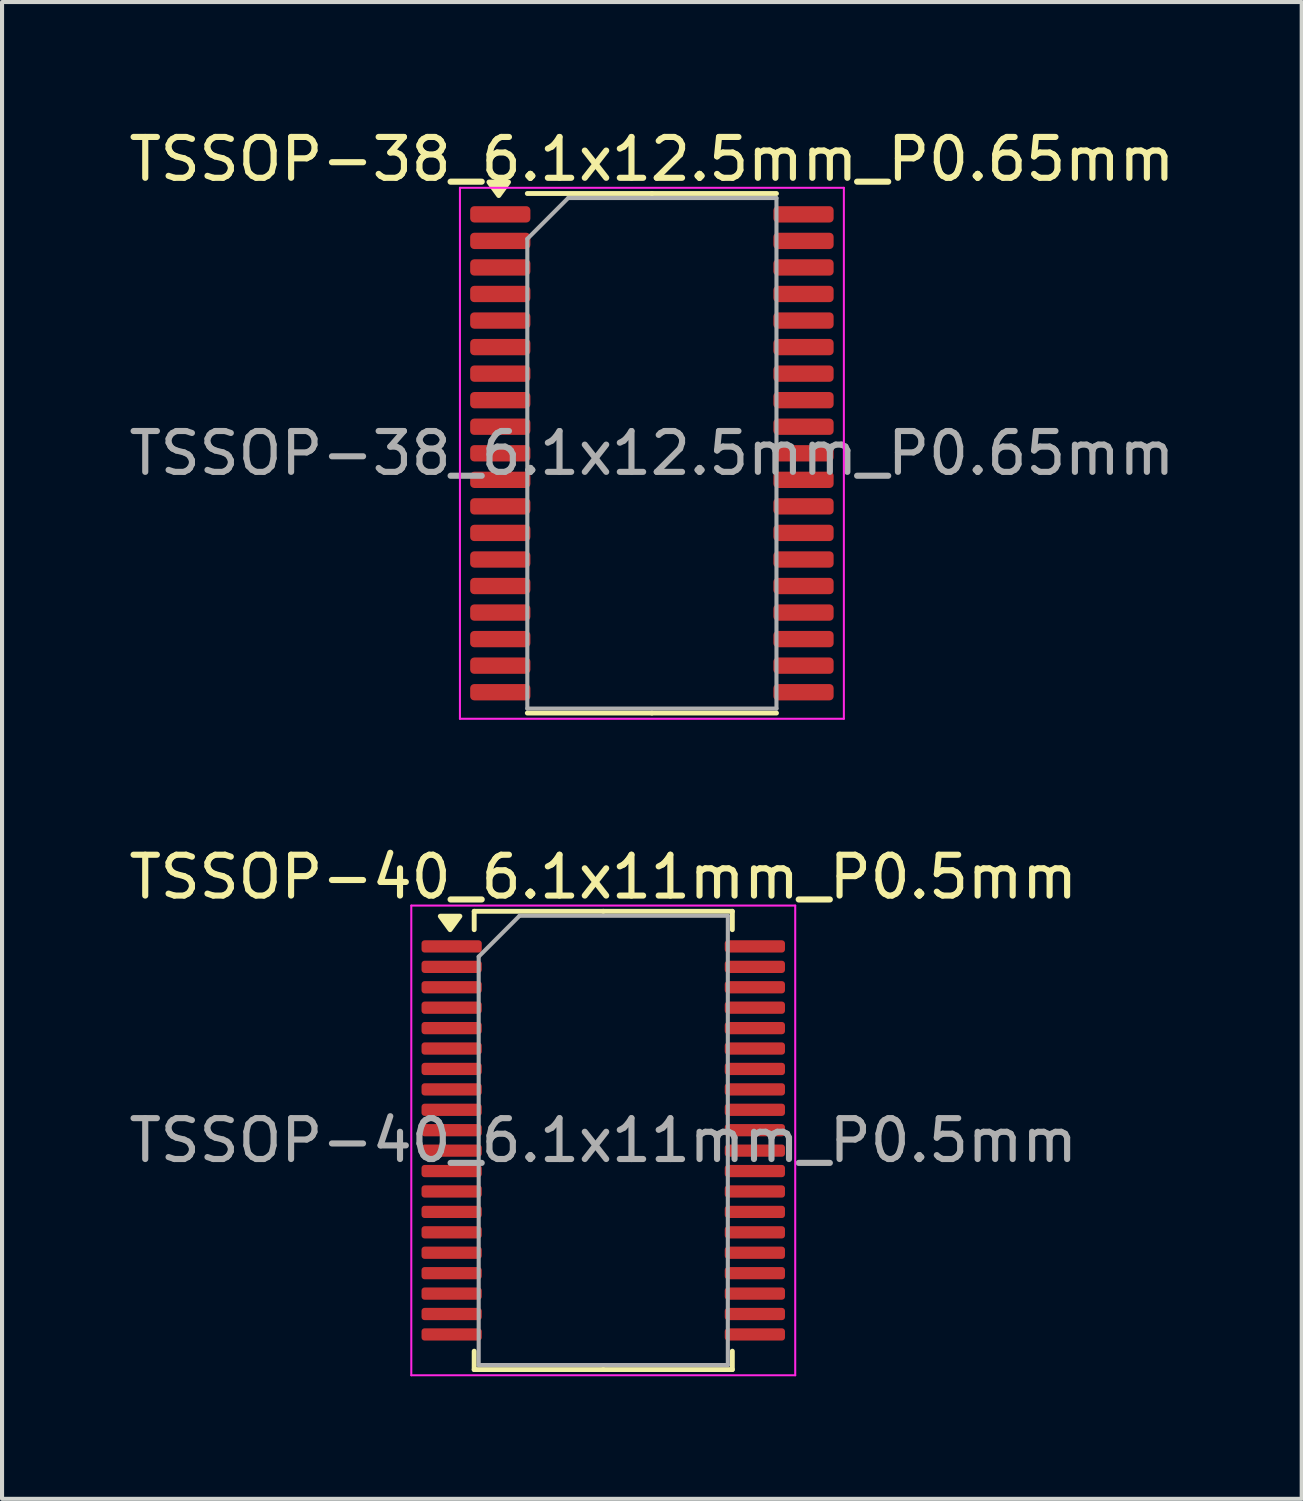
<source format=kicad_pcb>
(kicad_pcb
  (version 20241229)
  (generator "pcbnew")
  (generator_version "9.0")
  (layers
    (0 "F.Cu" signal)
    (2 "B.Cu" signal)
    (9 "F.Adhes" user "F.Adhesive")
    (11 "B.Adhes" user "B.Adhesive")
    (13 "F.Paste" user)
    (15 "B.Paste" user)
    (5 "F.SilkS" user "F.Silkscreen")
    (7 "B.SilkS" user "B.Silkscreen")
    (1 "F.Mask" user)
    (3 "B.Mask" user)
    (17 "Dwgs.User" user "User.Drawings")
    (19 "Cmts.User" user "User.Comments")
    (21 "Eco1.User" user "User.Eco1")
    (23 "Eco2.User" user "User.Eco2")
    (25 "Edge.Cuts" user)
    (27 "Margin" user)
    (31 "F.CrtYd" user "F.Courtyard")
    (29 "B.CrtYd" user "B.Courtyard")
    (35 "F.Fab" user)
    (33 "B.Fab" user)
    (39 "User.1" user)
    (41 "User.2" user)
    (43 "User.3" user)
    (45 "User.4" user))
  (footprint "TSSOP-38_6.1x12.5mm_P0.65mm"
    (layer "F.Cu")
    (at 12.911 8.048)
    (property "Reference" "TSSOP-38_6.1x12.5mm_P0.65mm" (at 0 -7.2 0) (layer "F.SilkS") (effects (font (size 1 1) (thickness 0.15))))
    (attr smd)
    (fp_line (start 0 -6.36) (end -3.05 -6.36) (stroke (width 0.12) (type solid)) (layer "F.SilkS"))
    (fp_line (start 0 -6.36) (end 3.05 -6.36) (stroke (width 0.12) (type solid)) (layer "F.SilkS"))
    (fp_line (start 0 6.36) (end -3.05 6.36) (stroke (width 0.12) (type solid)) (layer "F.SilkS"))
    (fp_line (start 0 6.36) (end 3.05 6.36) (stroke (width 0.12) (type solid)) (layer "F.SilkS"))
    (fp_poly (pts (xy -3.75 -6.31) (xy -3.99 -6.64) (xy -3.51 -6.64) (xy -3.75 -6.31)) (stroke (width 0.12) (type solid)) (fill yes) (layer "F.SilkS"))
    (fp_line (start -4.7 -6.5) (end -4.7 6.5) (stroke (width 0.05) (type solid)) (layer "F.CrtYd"))
    (fp_line (start -4.7 6.5) (end 4.7 6.5) (stroke (width 0.05) (type solid)) (layer "F.CrtYd"))
    (fp_line (start 4.7 -6.5) (end -4.7 -6.5) (stroke (width 0.05) (type solid)) (layer "F.CrtYd"))
    (fp_line (start 4.7 6.5) (end 4.7 -6.5) (stroke (width 0.05) (type solid)) (layer "F.CrtYd"))
    (fp_line (start -3.05 -5.25) (end -2.05 -6.25) (stroke (width 0.1) (type solid)) (layer "F.Fab"))
    (fp_line (start -3.05 6.25) (end -3.05 -5.25) (stroke (width 0.1) (type solid)) (layer "F.Fab"))
    (fp_line (start -2.05 -6.25) (end 3.05 -6.25) (stroke (width 0.1) (type solid)) (layer "F.Fab"))
    (fp_line (start 3.05 -6.25) (end 3.05 6.25) (stroke (width 0.1) (type solid)) (layer "F.Fab"))
    (fp_line (start 3.05 6.25) (end -3.05 6.25) (stroke (width 0.1) (type solid)) (layer "F.Fab"))
    (fp_text user "${REFERENCE}" (at 0 0 0) (layer "F.Fab") (effects (font (size 1 1) (thickness 0.15))))
    (pad "1" smd roundrect (at -3.712 -5.85) (size 1.475 0.4) (layers "F.Cu" "F.Mask" "F.Paste") (roundrect_rratio 0.25))
    (pad "2" smd roundrect (at -3.712 -5.2) (size 1.475 0.4) (layers "F.Cu" "F.Mask" "F.Paste") (roundrect_rratio 0.25))
    (pad "3" smd roundrect (at -3.712 -4.55) (size 1.475 0.4) (layers "F.Cu" "F.Mask" "F.Paste") (roundrect_rratio 0.25))
    (pad "4" smd roundrect (at -3.712 -3.9) (size 1.475 0.4) (layers "F.Cu" "F.Mask" "F.Paste") (roundrect_rratio 0.25))
    (pad "5" smd roundrect (at -3.712 -3.25) (size 1.475 0.4) (layers "F.Cu" "F.Mask" "F.Paste") (roundrect_rratio 0.25))
    (pad "6" smd roundrect (at -3.712 -2.6) (size 1.475 0.4) (layers "F.Cu" "F.Mask" "F.Paste") (roundrect_rratio 0.25))
    (pad "7" smd roundrect (at -3.712 -1.95) (size 1.475 0.4) (layers "F.Cu" "F.Mask" "F.Paste") (roundrect_rratio 0.25))
    (pad "8" smd roundrect (at -3.712 -1.3) (size 1.475 0.4) (layers "F.Cu" "F.Mask" "F.Paste") (roundrect_rratio 0.25))
    (pad "9" smd roundrect (at -3.712 -0.65) (size 1.475 0.4) (layers "F.Cu" "F.Mask" "F.Paste") (roundrect_rratio 0.25))
    (pad "10" smd roundrect (at -3.712 0) (size 1.475 0.4) (layers "F.Cu" "F.Mask" "F.Paste") (roundrect_rratio 0.25))
    (pad "11" smd roundrect (at -3.712 0.65) (size 1.475 0.4) (layers "F.Cu" "F.Mask" "F.Paste") (roundrect_rratio 0.25))
    (pad "12" smd roundrect (at -3.712 1.3) (size 1.475 0.4) (layers "F.Cu" "F.Mask" "F.Paste") (roundrect_rratio 0.25))
    (pad "13" smd roundrect (at -3.712 1.95) (size 1.475 0.4) (layers "F.Cu" "F.Mask" "F.Paste") (roundrect_rratio 0.25))
    (pad "14" smd roundrect (at -3.712 2.6) (size 1.475 0.4) (layers "F.Cu" "F.Mask" "F.Paste") (roundrect_rratio 0.25))
    (pad "15" smd roundrect (at -3.712 3.25) (size 1.475 0.4) (layers "F.Cu" "F.Mask" "F.Paste") (roundrect_rratio 0.25))
    (pad "16" smd roundrect (at -3.712 3.9) (size 1.475 0.4) (layers "F.Cu" "F.Mask" "F.Paste") (roundrect_rratio 0.25))
    (pad "17" smd roundrect (at -3.712 4.55) (size 1.475 0.4) (layers "F.Cu" "F.Mask" "F.Paste") (roundrect_rratio 0.25))
    (pad "18" smd roundrect (at -3.712 5.2) (size 1.475 0.4) (layers "F.Cu" "F.Mask" "F.Paste") (roundrect_rratio 0.25))
    (pad "19" smd roundrect (at -3.712 5.85) (size 1.475 0.4) (layers "F.Cu" "F.Mask" "F.Paste") (roundrect_rratio 0.25))
    (pad "20" smd roundrect (at 3.712 5.85) (size 1.475 0.4) (layers "F.Cu" "F.Mask" "F.Paste") (roundrect_rratio 0.25))
    (pad "21" smd roundrect (at 3.712 5.2) (size 1.475 0.4) (layers "F.Cu" "F.Mask" "F.Paste") (roundrect_rratio 0.25))
    (pad "22" smd roundrect (at 3.712 4.55) (size 1.475 0.4) (layers "F.Cu" "F.Mask" "F.Paste") (roundrect_rratio 0.25))
    (pad "23" smd roundrect (at 3.712 3.9) (size 1.475 0.4) (layers "F.Cu" "F.Mask" "F.Paste") (roundrect_rratio 0.25))
    (pad "24" smd roundrect (at 3.712 3.25) (size 1.475 0.4) (layers "F.Cu" "F.Mask" "F.Paste") (roundrect_rratio 0.25))
    (pad "25" smd roundrect (at 3.712 2.6) (size 1.475 0.4) (layers "F.Cu" "F.Mask" "F.Paste") (roundrect_rratio 0.25))
    (pad "26" smd roundrect (at 3.712 1.95) (size 1.475 0.4) (layers "F.Cu" "F.Mask" "F.Paste") (roundrect_rratio 0.25))
    (pad "27" smd roundrect (at 3.712 1.3) (size 1.475 0.4) (layers "F.Cu" "F.Mask" "F.Paste") (roundrect_rratio 0.25))
    (pad "28" smd roundrect (at 3.712 0.65) (size 1.475 0.4) (layers "F.Cu" "F.Mask" "F.Paste") (roundrect_rratio 0.25))
    (pad "29" smd roundrect (at 3.712 0) (size 1.475 0.4) (layers "F.Cu" "F.Mask" "F.Paste") (roundrect_rratio 0.25))
    (pad "30" smd roundrect (at 3.712 -0.65) (size 1.475 0.4) (layers "F.Cu" "F.Mask" "F.Paste") (roundrect_rratio 0.25))
    (pad "31" smd roundrect (at 3.712 -1.3) (size 1.475 0.4) (layers "F.Cu" "F.Mask" "F.Paste") (roundrect_rratio 0.25))
    (pad "32" smd roundrect (at 3.712 -1.95) (size 1.475 0.4) (layers "F.Cu" "F.Mask" "F.Paste") (roundrect_rratio 0.25))
    (pad "33" smd roundrect (at 3.712 -2.6) (size 1.475 0.4) (layers "F.Cu" "F.Mask" "F.Paste") (roundrect_rratio 0.25))
    (pad "34" smd roundrect (at 3.712 -3.25) (size 1.475 0.4) (layers "F.Cu" "F.Mask" "F.Paste") (roundrect_rratio 0.25))
    (pad "35" smd roundrect (at 3.712 -3.9) (size 1.475 0.4) (layers "F.Cu" "F.Mask" "F.Paste") (roundrect_rratio 0.25))
    (pad "36" smd roundrect (at 3.712 -4.55) (size 1.475 0.4) (layers "F.Cu" "F.Mask" "F.Paste") (roundrect_rratio 0.25))
    (pad "37" smd roundrect (at 3.712 -5.2) (size 1.475 0.4) (layers "F.Cu" "F.Mask" "F.Paste") (roundrect_rratio 0.25))
    (pad "38" smd roundrect (at 3.712 -5.85) (size 1.475 0.4) (layers "F.Cu" "F.Mask" "F.Paste") (roundrect_rratio 0.25)))
  (footprint "TSSOP-40_6.1x11mm_P0.5mm"
    (layer "F.Cu")
    (at 11.72 24.872)
    (property "Reference" "TSSOP-40_6.1x11mm_P0.5mm" (at 0 -6.45 0) (layer "F.SilkS") (effects (font (size 1 1) (thickness 0.15))))
    (attr smd)
    (fp_line (start -3.16 -5.61) (end -3.16 -5.16) (stroke (width 0.12) (type solid)) (layer "F.SilkS"))
    (fp_line (start -3.16 5.61) (end -3.16 5.16) (stroke (width 0.12) (type solid)) (layer "F.SilkS"))
    (fp_line (start 0 -5.61) (end -3.16 -5.61) (stroke (width 0.12) (type solid)) (layer "F.SilkS"))
    (fp_line (start 0 -5.61) (end 3.16 -5.61) (stroke (width 0.12) (type solid)) (layer "F.SilkS"))
    (fp_line (start 0 5.61) (end -3.16 5.61) (stroke (width 0.12) (type solid)) (layer "F.SilkS"))
    (fp_line (start 0 5.61) (end 3.16 5.61) (stroke (width 0.12) (type solid)) (layer "F.SilkS"))
    (fp_line (start 3.16 -5.61) (end 3.16 -5.16) (stroke (width 0.12) (type solid)) (layer "F.SilkS"))
    (fp_line (start 3.16 5.61) (end 3.16 5.16) (stroke (width 0.12) (type solid)) (layer "F.SilkS"))
    (fp_poly (pts (xy -3.75 -5.16) (xy -3.99 -5.49) (xy -3.51 -5.49) (xy -3.75 -5.16)) (stroke (width 0.12) (type solid)) (fill yes) (layer "F.SilkS"))
    (fp_line (start -4.7 -5.75) (end -4.7 5.75) (stroke (width 0.05) (type solid)) (layer "F.CrtYd"))
    (fp_line (start -4.7 5.75) (end 4.7 5.75) (stroke (width 0.05) (type solid)) (layer "F.CrtYd"))
    (fp_line (start 4.7 -5.75) (end -4.7 -5.75) (stroke (width 0.05) (type solid)) (layer "F.CrtYd"))
    (fp_line (start 4.7 5.75) (end 4.7 -5.75) (stroke (width 0.05) (type solid)) (layer "F.CrtYd"))
    (fp_line (start -3.05 -4.5) (end -2.05 -5.5) (stroke (width 0.1) (type solid)) (layer "F.Fab"))
    (fp_line (start -3.05 5.5) (end -3.05 -4.5) (stroke (width 0.1) (type solid)) (layer "F.Fab"))
    (fp_line (start -2.05 -5.5) (end 3.05 -5.5) (stroke (width 0.1) (type solid)) (layer "F.Fab"))
    (fp_line (start 3.05 -5.5) (end 3.05 5.5) (stroke (width 0.1) (type solid)) (layer "F.Fab"))
    (fp_line (start 3.05 5.5) (end -3.05 5.5) (stroke (width 0.1) (type solid)) (layer "F.Fab"))
    (fp_text user "${REFERENCE}" (at 0 0 0) (layer "F.Fab") (effects (font (size 1 1) (thickness 0.15))))
    (pad "1" smd roundrect (at -3.712 -4.75) (size 1.475 0.3) (layers "F.Cu" "F.Mask" "F.Paste") (roundrect_rratio 0.25))
    (pad "2" smd roundrect (at -3.712 -4.25) (size 1.475 0.3) (layers "F.Cu" "F.Mask" "F.Paste") (roundrect_rratio 0.25))
    (pad "3" smd roundrect (at -3.712 -3.75) (size 1.475 0.3) (layers "F.Cu" "F.Mask" "F.Paste") (roundrect_rratio 0.25))
    (pad "4" smd roundrect (at -3.712 -3.25) (size 1.475 0.3) (layers "F.Cu" "F.Mask" "F.Paste") (roundrect_rratio 0.25))
    (pad "5" smd roundrect (at -3.712 -2.75) (size 1.475 0.3) (layers "F.Cu" "F.Mask" "F.Paste") (roundrect_rratio 0.25))
    (pad "6" smd roundrect (at -3.712 -2.25) (size 1.475 0.3) (layers "F.Cu" "F.Mask" "F.Paste") (roundrect_rratio 0.25))
    (pad "7" smd roundrect (at -3.712 -1.75) (size 1.475 0.3) (layers "F.Cu" "F.Mask" "F.Paste") (roundrect_rratio 0.25))
    (pad "8" smd roundrect (at -3.712 -1.25) (size 1.475 0.3) (layers "F.Cu" "F.Mask" "F.Paste") (roundrect_rratio 0.25))
    (pad "9" smd roundrect (at -3.712 -0.75) (size 1.475 0.3) (layers "F.Cu" "F.Mask" "F.Paste") (roundrect_rratio 0.25))
    (pad "10" smd roundrect (at -3.712 -0.25) (size 1.475 0.3) (layers "F.Cu" "F.Mask" "F.Paste") (roundrect_rratio 0.25))
    (pad "11" smd roundrect (at -3.712 0.25) (size 1.475 0.3) (layers "F.Cu" "F.Mask" "F.Paste") (roundrect_rratio 0.25))
    (pad "12" smd roundrect (at -3.712 0.75) (size 1.475 0.3) (layers "F.Cu" "F.Mask" "F.Paste") (roundrect_rratio 0.25))
    (pad "13" smd roundrect (at -3.712 1.25) (size 1.475 0.3) (layers "F.Cu" "F.Mask" "F.Paste") (roundrect_rratio 0.25))
    (pad "14" smd roundrect (at -3.712 1.75) (size 1.475 0.3) (layers "F.Cu" "F.Mask" "F.Paste") (roundrect_rratio 0.25))
    (pad "15" smd roundrect (at -3.712 2.25) (size 1.475 0.3) (layers "F.Cu" "F.Mask" "F.Paste") (roundrect_rratio 0.25))
    (pad "16" smd roundrect (at -3.712 2.75) (size 1.475 0.3) (layers "F.Cu" "F.Mask" "F.Paste") (roundrect_rratio 0.25))
    (pad "17" smd roundrect (at -3.712 3.25) (size 1.475 0.3) (layers "F.Cu" "F.Mask" "F.Paste") (roundrect_rratio 0.25))
    (pad "18" smd roundrect (at -3.712 3.75) (size 1.475 0.3) (layers "F.Cu" "F.Mask" "F.Paste") (roundrect_rratio 0.25))
    (pad "19" smd roundrect (at -3.712 4.25) (size 1.475 0.3) (layers "F.Cu" "F.Mask" "F.Paste") (roundrect_rratio 0.25))
    (pad "20" smd roundrect (at -3.712 4.75) (size 1.475 0.3) (layers "F.Cu" "F.Mask" "F.Paste") (roundrect_rratio 0.25))
    (pad "21" smd roundrect (at 3.712 4.75) (size 1.475 0.3) (layers "F.Cu" "F.Mask" "F.Paste") (roundrect_rratio 0.25))
    (pad "22" smd roundrect (at 3.712 4.25) (size 1.475 0.3) (layers "F.Cu" "F.Mask" "F.Paste") (roundrect_rratio 0.25))
    (pad "23" smd roundrect (at 3.712 3.75) (size 1.475 0.3) (layers "F.Cu" "F.Mask" "F.Paste") (roundrect_rratio 0.25))
    (pad "24" smd roundrect (at 3.712 3.25) (size 1.475 0.3) (layers "F.Cu" "F.Mask" "F.Paste") (roundrect_rratio 0.25))
    (pad "25" smd roundrect (at 3.712 2.75) (size 1.475 0.3) (layers "F.Cu" "F.Mask" "F.Paste") (roundrect_rratio 0.25))
    (pad "26" smd roundrect (at 3.712 2.25) (size 1.475 0.3) (layers "F.Cu" "F.Mask" "F.Paste") (roundrect_rratio 0.25))
    (pad "27" smd roundrect (at 3.712 1.75) (size 1.475 0.3) (layers "F.Cu" "F.Mask" "F.Paste") (roundrect_rratio 0.25))
    (pad "28" smd roundrect (at 3.712 1.25) (size 1.475 0.3) (layers "F.Cu" "F.Mask" "F.Paste") (roundrect_rratio 0.25))
    (pad "29" smd roundrect (at 3.712 0.75) (size 1.475 0.3) (layers "F.Cu" "F.Mask" "F.Paste") (roundrect_rratio 0.25))
    (pad "30" smd roundrect (at 3.712 0.25) (size 1.475 0.3) (layers "F.Cu" "F.Mask" "F.Paste") (roundrect_rratio 0.25))
    (pad "31" smd roundrect (at 3.712 -0.25) (size 1.475 0.3) (layers "F.Cu" "F.Mask" "F.Paste") (roundrect_rratio 0.25))
    (pad "32" smd roundrect (at 3.712 -0.75) (size 1.475 0.3) (layers "F.Cu" "F.Mask" "F.Paste") (roundrect_rratio 0.25))
    (pad "33" smd roundrect (at 3.712 -1.25) (size 1.475 0.3) (layers "F.Cu" "F.Mask" "F.Paste") (roundrect_rratio 0.25))
    (pad "34" smd roundrect (at 3.712 -1.75) (size 1.475 0.3) (layers "F.Cu" "F.Mask" "F.Paste") (roundrect_rratio 0.25))
    (pad "35" smd roundrect (at 3.712 -2.25) (size 1.475 0.3) (layers "F.Cu" "F.Mask" "F.Paste") (roundrect_rratio 0.25))
    (pad "36" smd roundrect (at 3.712 -2.75) (size 1.475 0.3) (layers "F.Cu" "F.Mask" "F.Paste") (roundrect_rratio 0.25))
    (pad "37" smd roundrect (at 3.712 -3.25) (size 1.475 0.3) (layers "F.Cu" "F.Mask" "F.Paste") (roundrect_rratio 0.25))
    (pad "38" smd roundrect (at 3.712 -3.75) (size 1.475 0.3) (layers "F.Cu" "F.Mask" "F.Paste") (roundrect_rratio 0.25))
    (pad "39" smd roundrect (at 3.712 -4.25) (size 1.475 0.3) (layers "F.Cu" "F.Mask" "F.Paste") (roundrect_rratio 0.25))
    (pad "40" smd roundrect (at 3.712 -4.75) (size 1.475 0.3) (layers "F.Cu" "F.Mask" "F.Paste") (roundrect_rratio 0.25)))
  (gr_rect
    (start -3 -3)
    (end 28.821 33.647)
    (stroke (width 0.1) (type default))
    (fill no)
    (layer "Edge.Cuts")))
</source>
